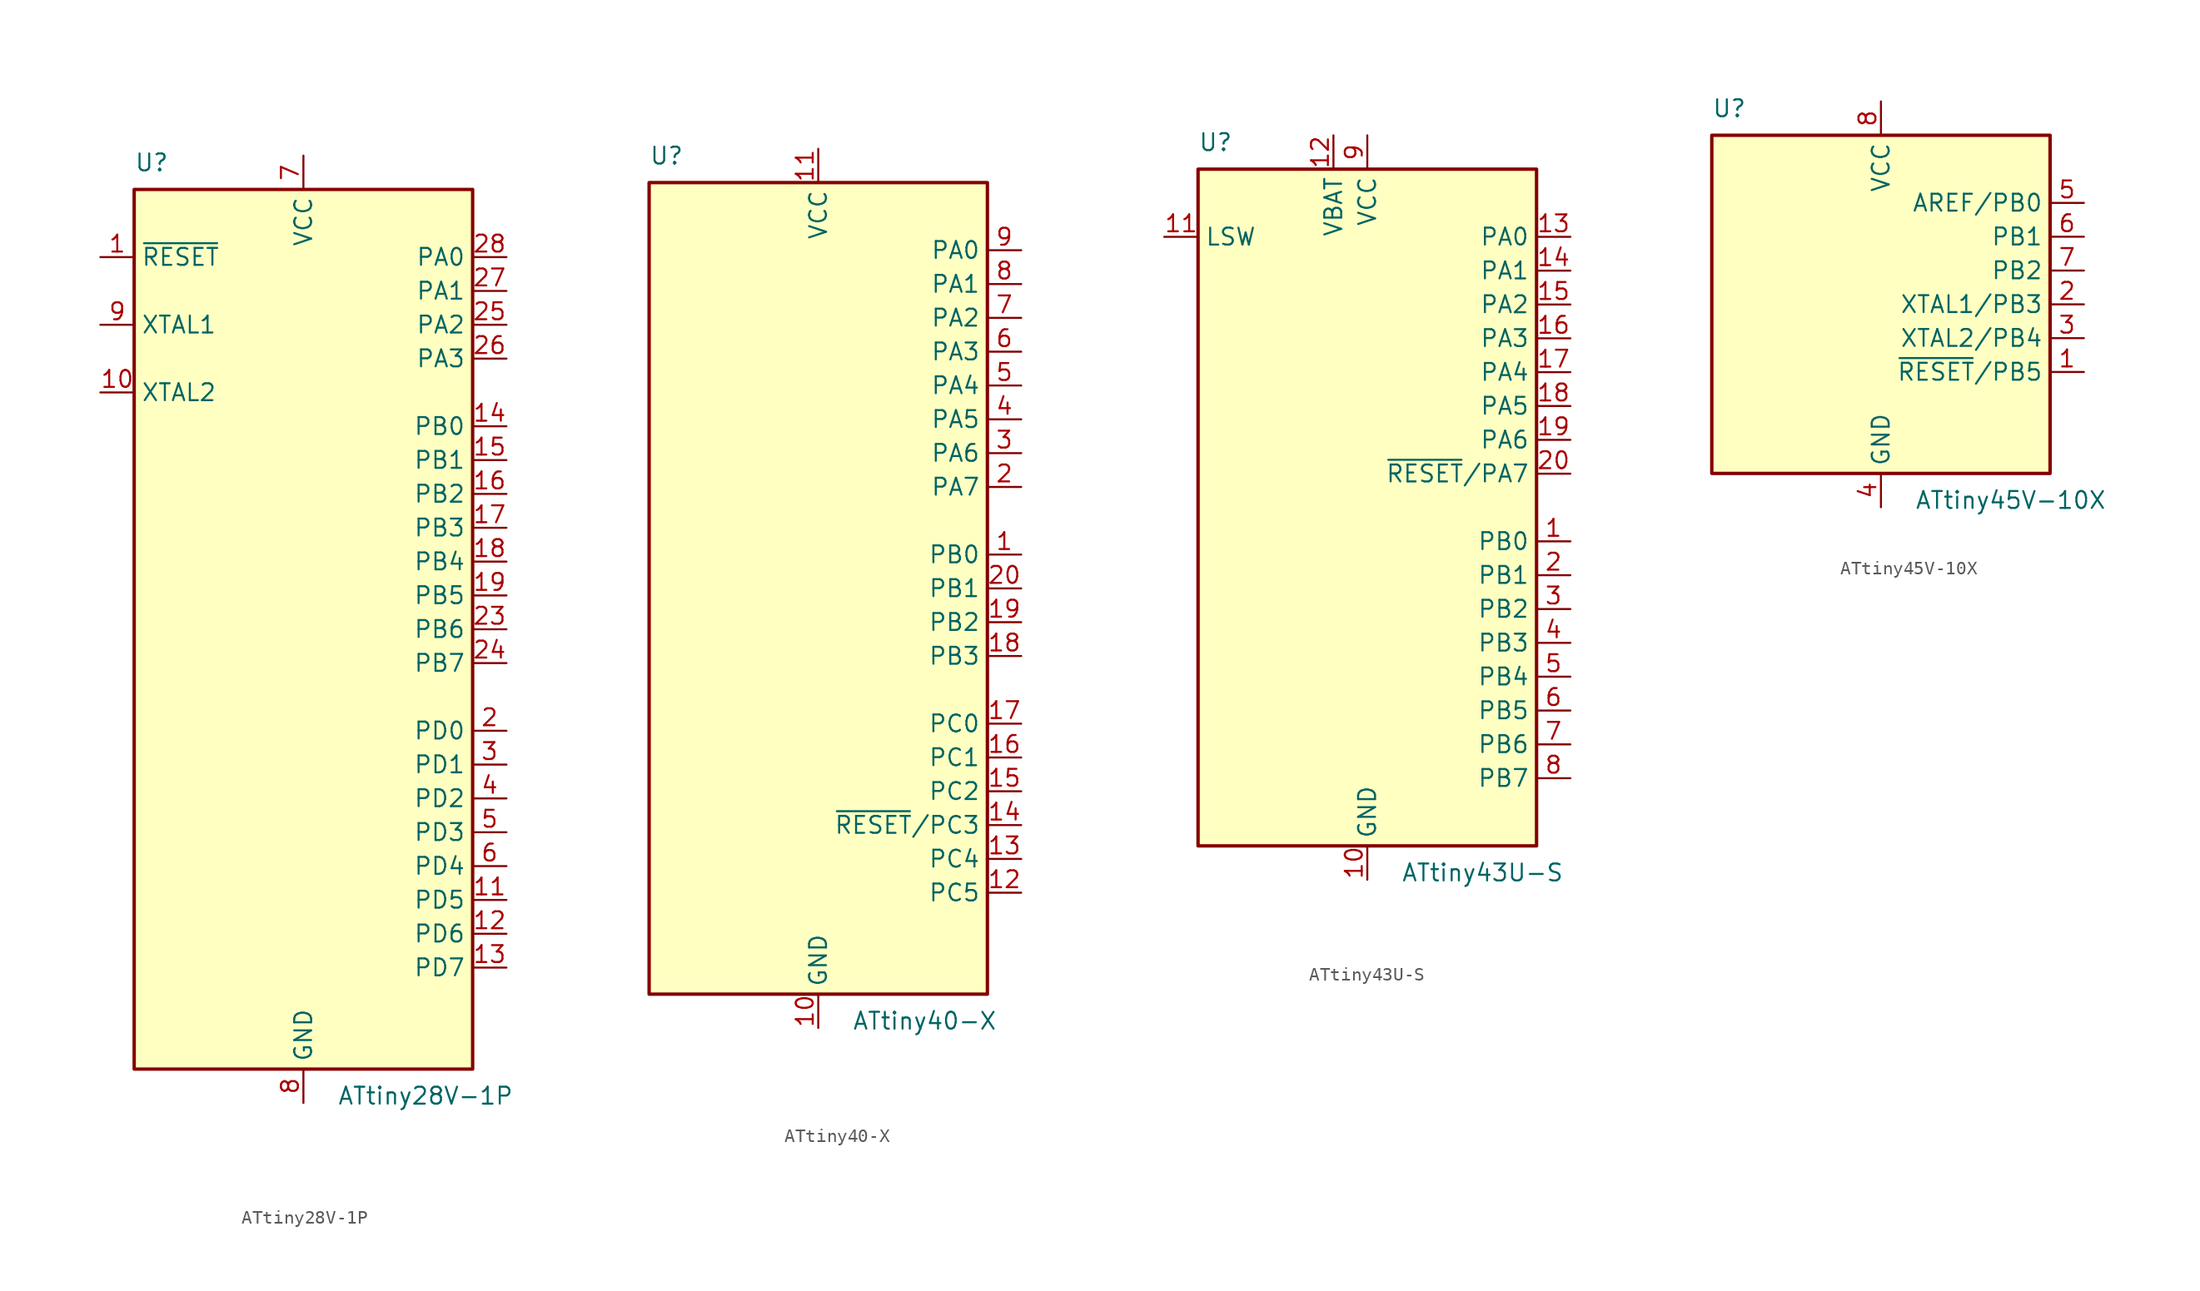
<source format=kicad_sym>
(kicad_symbol_lib
  (version 20211014)
  (generator kicad_symbol_editor)
  (symbol "ATtiny28V-1P"
    (property "Reference" "U"
      (at -12.7 34.29 0)
      (effects (font (size 1.27 1.27)) (justify left bottom)))
    (property "Value" "ATtiny28V-1P"
      (at 2.54 -34.29 0)
      (effects (font (size 1.27 1.27)) (justify left top)))
    (symbol "ATtiny28V-1P_0_1"
      (rectangle (start -12.7 -33.02) (end 12.7 33.02) (stroke (width 0.254) (type default) (color 0 0 0 0)) (fill (type background))))
    (symbol "ATtiny28V-1P_1_1"
      (pin input line (at -15.24 27.94 0) (length 2.54) (name "~{RESET}" (effects (font (size 1.27 1.27)))) (number "1" (effects (font (size 1.27 1.27)))))
      (pin output line (at -15.24 17.78 0) (length 2.54) (name "XTAL2" (effects (font (size 1.27 1.27)))) (number "10" (effects (font (size 1.27 1.27)))))
      (pin bidirectional line (at 15.24 -20.32 180) (length 2.54) (name "PD5" (effects (font (size 1.27 1.27)))) (number "11" (effects (font (size 1.27 1.27)))))
      (pin bidirectional line (at 15.24 -22.86 180) (length 2.54) (name "PD6" (effects (font (size 1.27 1.27)))) (number "12" (effects (font (size 1.27 1.27)))))
      (pin bidirectional line (at 15.24 -25.4 180) (length 2.54) (name "PD7" (effects (font (size 1.27 1.27)))) (number "13" (effects (font (size 1.27 1.27)))))
      (pin bidirectional line (at 15.24 15.24 180) (length 2.54) (name "PB0" (effects (font (size 1.27 1.27)))) (number "14" (effects (font (size 1.27 1.27)))))
      (pin bidirectional line (at 15.24 12.7 180) (length 2.54) (name "PB1" (effects (font (size 1.27 1.27)))) (number "15" (effects (font (size 1.27 1.27)))))
      (pin bidirectional line (at 15.24 10.16 180) (length 2.54) (name "PB2" (effects (font (size 1.27 1.27)))) (number "16" (effects (font (size 1.27 1.27)))))
      (pin bidirectional line (at 15.24 7.62 180) (length 2.54) (name "PB3" (effects (font (size 1.27 1.27)))) (number "17" (effects (font (size 1.27 1.27)))))
      (pin bidirectional line (at 15.24 5.08 180) (length 2.54) (name "PB4" (effects (font (size 1.27 1.27)))) (number "18" (effects (font (size 1.27 1.27)))))
      (pin bidirectional line (at 15.24 2.54 180) (length 2.54) (name "PB5" (effects (font (size 1.27 1.27)))) (number "19" (effects (font (size 1.27 1.27)))))
      (pin bidirectional line (at 15.24 -7.62 180) (length 2.54) (name "PD0" (effects (font (size 1.27 1.27)))) (number "2" (effects (font (size 1.27 1.27)))))
      (pin passive line (at 0 35.56 270) (length 2.54) hide (name "VCC" (effects (font (size 1.27 1.27)))) (number "20" (effects (font (size 1.27 1.27)))))
      (pin no_connect line (at -12.7 -30.48 0) (length 2.54) hide (name "NC" (effects (font (size 1.27 1.27)))) (number "21" (effects (font (size 1.27 1.27)))))
      (pin passive line (at 0 -35.56 90) (length 2.54) hide (name "GND" (effects (font (size 1.27 1.27)))) (number "22" (effects (font (size 1.27 1.27)))))
      (pin bidirectional line (at 15.24 0 180) (length 2.54) (name "PB6" (effects (font (size 1.27 1.27)))) (number "23" (effects (font (size 1.27 1.27)))))
      (pin bidirectional line (at 15.24 -2.54 180) (length 2.54) (name "PB7" (effects (font (size 1.27 1.27)))) (number "24" (effects (font (size 1.27 1.27)))))
      (pin bidirectional line (at 15.24 22.86 180) (length 2.54) (name "PA2" (effects (font (size 1.27 1.27)))) (number "25" (effects (font (size 1.27 1.27)))))
      (pin bidirectional line (at 15.24 20.32 180) (length 2.54) (name "PA3" (effects (font (size 1.27 1.27)))) (number "26" (effects (font (size 1.27 1.27)))))
      (pin bidirectional line (at 15.24 25.4 180) (length 2.54) (name "PA1" (effects (font (size 1.27 1.27)))) (number "27" (effects (font (size 1.27 1.27)))))
      (pin bidirectional line (at 15.24 27.94 180) (length 2.54) (name "PA0" (effects (font (size 1.27 1.27)))) (number "28" (effects (font (size 1.27 1.27)))))
      (pin bidirectional line (at 15.24 -10.16 180) (length 2.54) (name "PD1" (effects (font (size 1.27 1.27)))) (number "3" (effects (font (size 1.27 1.27)))))
      (pin bidirectional line (at 15.24 -12.7 180) (length 2.54) (name "PD2" (effects (font (size 1.27 1.27)))) (number "4" (effects (font (size 1.27 1.27)))))
      (pin bidirectional line (at 15.24 -15.24 180) (length 2.54) (name "PD3" (effects (font (size 1.27 1.27)))) (number "5" (effects (font (size 1.27 1.27)))))
      (pin bidirectional line (at 15.24 -17.78 180) (length 2.54) (name "PD4" (effects (font (size 1.27 1.27)))) (number "6" (effects (font (size 1.27 1.27)))))
      (pin power_in line (at 0 35.56 270) (length 2.54) (name "VCC" (effects (font (size 1.27 1.27)))) (number "7" (effects (font (size 1.27 1.27)))))
      (pin power_in line (at 0 -35.56 90) (length 2.54) (name "GND" (effects (font (size 1.27 1.27)))) (number "8" (effects (font (size 1.27 1.27)))))
      (pin input line (at -15.24 22.86 0) (length 2.54) (name "XTAL1" (effects (font (size 1.27 1.27)))) (number "9" (effects (font (size 1.27 1.27)))))))
  (symbol "ATtiny40-X"
    (property "Reference" "U"
      (at -12.7 31.75 0)
      (effects (font (size 1.27 1.27)) (justify left bottom)))
    (property "Value" "ATtiny40-X"
      (at 2.54 -31.75 0)
      (effects (font (size 1.27 1.27)) (justify left top)))
    (symbol "ATtiny40-X_0_1"
      (rectangle (start -12.7 -30.48) (end 12.7 30.48) (stroke (width 0.254) (type default) (color 0 0 0 0)) (fill (type background))))
    (symbol "ATtiny40-X_1_1"
      (pin bidirectional line (at 15.24 2.54 180) (length 2.54) (name "PB0" (effects (font (size 1.27 1.27)))) (number "1" (effects (font (size 1.27 1.27)))))
      (pin power_in line (at 0 -33.02 90) (length 2.54) (name "GND" (effects (font (size 1.27 1.27)))) (number "10" (effects (font (size 1.27 1.27)))))
      (pin power_in line (at 0 33.02 270) (length 2.54) (name "VCC" (effects (font (size 1.27 1.27)))) (number "11" (effects (font (size 1.27 1.27)))))
      (pin bidirectional line (at 15.24 -22.86 180) (length 2.54) (name "PC5" (effects (font (size 1.27 1.27)))) (number "12" (effects (font (size 1.27 1.27)))))
      (pin bidirectional line (at 15.24 -20.32 180) (length 2.54) (name "PC4" (effects (font (size 1.27 1.27)))) (number "13" (effects (font (size 1.27 1.27)))))
      (pin bidirectional line (at 15.24 -17.78 180) (length 2.54) (name "~{RESET}/PC3" (effects (font (size 1.27 1.27)))) (number "14" (effects (font (size 1.27 1.27)))))
      (pin bidirectional line (at 15.24 -15.24 180) (length 2.54) (name "PC2" (effects (font (size 1.27 1.27)))) (number "15" (effects (font (size 1.27 1.27)))))
      (pin bidirectional line (at 15.24 -12.7 180) (length 2.54) (name "PC1" (effects (font (size 1.27 1.27)))) (number "16" (effects (font (size 1.27 1.27)))))
      (pin bidirectional line (at 15.24 -10.16 180) (length 2.54) (name "PC0" (effects (font (size 1.27 1.27)))) (number "17" (effects (font (size 1.27 1.27)))))
      (pin bidirectional line (at 15.24 -5.08 180) (length 2.54) (name "PB3" (effects (font (size 1.27 1.27)))) (number "18" (effects (font (size 1.27 1.27)))))
      (pin bidirectional line (at 15.24 -2.54 180) (length 2.54) (name "PB2" (effects (font (size 1.27 1.27)))) (number "19" (effects (font (size 1.27 1.27)))))
      (pin bidirectional line (at 15.24 7.62 180) (length 2.54) (name "PA7" (effects (font (size 1.27 1.27)))) (number "2" (effects (font (size 1.27 1.27)))))
      (pin bidirectional line (at 15.24 0 180) (length 2.54) (name "PB1" (effects (font (size 1.27 1.27)))) (number "20" (effects (font (size 1.27 1.27)))))
      (pin bidirectional line (at 15.24 10.16 180) (length 2.54) (name "PA6" (effects (font (size 1.27 1.27)))) (number "3" (effects (font (size 1.27 1.27)))))
      (pin bidirectional line (at 15.24 12.7 180) (length 2.54) (name "PA5" (effects (font (size 1.27 1.27)))) (number "4" (effects (font (size 1.27 1.27)))))
      (pin bidirectional line (at 15.24 15.24 180) (length 2.54) (name "PA4" (effects (font (size 1.27 1.27)))) (number "5" (effects (font (size 1.27 1.27)))))
      (pin bidirectional line (at 15.24 17.78 180) (length 2.54) (name "PA3" (effects (font (size 1.27 1.27)))) (number "6" (effects (font (size 1.27 1.27)))))
      (pin bidirectional line (at 15.24 20.32 180) (length 2.54) (name "PA2" (effects (font (size 1.27 1.27)))) (number "7" (effects (font (size 1.27 1.27)))))
      (pin bidirectional line (at 15.24 22.86 180) (length 2.54) (name "PA1" (effects (font (size 1.27 1.27)))) (number "8" (effects (font (size 1.27 1.27)))))
      (pin bidirectional line (at 15.24 25.4 180) (length 2.54) (name "PA0" (effects (font (size 1.27 1.27)))) (number "9" (effects (font (size 1.27 1.27)))))))
  (symbol "ATtiny43U-S"
    (property "Reference" "U"
      (at -12.7 26.67 0)
      (effects (font (size 1.27 1.27)) (justify left bottom)))
    (property "Value" "ATtiny43U-S"
      (at 2.54 -26.67 0)
      (effects (font (size 1.27 1.27)) (justify left top)))
    (symbol "ATtiny43U-S_0_1"
      (rectangle (start -12.7 -25.4) (end 12.7 25.4) (stroke (width 0.254) (type default) (color 0 0 0 0)) (fill (type background))))
    (symbol "ATtiny43U-S_1_1"
      (pin bidirectional line (at 15.24 -2.54 180) (length 2.54) (name "PB0" (effects (font (size 1.27 1.27)))) (number "1" (effects (font (size 1.27 1.27)))))
      (pin power_in line (at 0 -27.94 90) (length 2.54) (name "GND" (effects (font (size 1.27 1.27)))) (number "10" (effects (font (size 1.27 1.27)))))
      (pin passive line (at -15.24 20.32 0) (length 2.54) (name "LSW" (effects (font (size 1.27 1.27)))) (number "11" (effects (font (size 1.27 1.27)))))
      (pin power_in line (at -2.54 27.94 270) (length 2.54) (name "VBAT" (effects (font (size 1.27 1.27)))) (number "12" (effects (font (size 1.27 1.27)))))
      (pin bidirectional line (at 15.24 20.32 180) (length 2.54) (name "PA0" (effects (font (size 1.27 1.27)))) (number "13" (effects (font (size 1.27 1.27)))))
      (pin bidirectional line (at 15.24 17.78 180) (length 2.54) (name "PA1" (effects (font (size 1.27 1.27)))) (number "14" (effects (font (size 1.27 1.27)))))
      (pin bidirectional line (at 15.24 15.24 180) (length 2.54) (name "PA2" (effects (font (size 1.27 1.27)))) (number "15" (effects (font (size 1.27 1.27)))))
      (pin bidirectional line (at 15.24 12.7 180) (length 2.54) (name "PA3" (effects (font (size 1.27 1.27)))) (number "16" (effects (font (size 1.27 1.27)))))
      (pin bidirectional line (at 15.24 10.16 180) (length 2.54) (name "PA4" (effects (font (size 1.27 1.27)))) (number "17" (effects (font (size 1.27 1.27)))))
      (pin bidirectional line (at 15.24 7.62 180) (length 2.54) (name "PA5" (effects (font (size 1.27 1.27)))) (number "18" (effects (font (size 1.27 1.27)))))
      (pin bidirectional line (at 15.24 5.08 180) (length 2.54) (name "PA6" (effects (font (size 1.27 1.27)))) (number "19" (effects (font (size 1.27 1.27)))))
      (pin bidirectional line (at 15.24 -5.08 180) (length 2.54) (name "PB1" (effects (font (size 1.27 1.27)))) (number "2" (effects (font (size 1.27 1.27)))))
      (pin bidirectional line (at 15.24 2.54 180) (length 2.54) (name "~{RESET}/PA7" (effects (font (size 1.27 1.27)))) (number "20" (effects (font (size 1.27 1.27)))))
      (pin bidirectional line (at 15.24 -7.62 180) (length 2.54) (name "PB2" (effects (font (size 1.27 1.27)))) (number "3" (effects (font (size 1.27 1.27)))))
      (pin bidirectional line (at 15.24 -10.16 180) (length 2.54) (name "PB3" (effects (font (size 1.27 1.27)))) (number "4" (effects (font (size 1.27 1.27)))))
      (pin bidirectional line (at 15.24 -12.7 180) (length 2.54) (name "PB4" (effects (font (size 1.27 1.27)))) (number "5" (effects (font (size 1.27 1.27)))))
      (pin bidirectional line (at 15.24 -15.24 180) (length 2.54) (name "PB5" (effects (font (size 1.27 1.27)))) (number "6" (effects (font (size 1.27 1.27)))))
      (pin bidirectional line (at 15.24 -17.78 180) (length 2.54) (name "PB6" (effects (font (size 1.27 1.27)))) (number "7" (effects (font (size 1.27 1.27)))))
      (pin bidirectional line (at 15.24 -20.32 180) (length 2.54) (name "PB7" (effects (font (size 1.27 1.27)))) (number "8" (effects (font (size 1.27 1.27)))))
      (pin power_in line (at 0 27.94 270) (length 2.54) (name "VCC" (effects (font (size 1.27 1.27)))) (number "9" (effects (font (size 1.27 1.27)))))))
  (symbol "ATtiny45V-10X"
    (property "Reference" "U"
      (at -12.7 13.97 0)
      (effects (font (size 1.27 1.27)) (justify left bottom)))
    (property "Value" "ATtiny45V-10X"
      (at 2.54 -13.97 0)
      (effects (font (size 1.27 1.27)) (justify left top)))
    (symbol "ATtiny45V-10X_0_1"
      (rectangle (start -12.7 -12.7) (end 12.7 12.7) (stroke (width 0.254) (type default) (color 0 0 0 0)) (fill (type background))))
    (symbol "ATtiny45V-10X_1_1"
      (pin bidirectional line (at 15.24 -5.08 180) (length 2.54) (name "~{RESET}/PB5" (effects (font (size 1.27 1.27)))) (number "1" (effects (font (size 1.27 1.27)))))
      (pin bidirectional line (at 15.24 0 180) (length 2.54) (name "XTAL1/PB3" (effects (font (size 1.27 1.27)))) (number "2" (effects (font (size 1.27 1.27)))))
      (pin bidirectional line (at 15.24 -2.54 180) (length 2.54) (name "XTAL2/PB4" (effects (font (size 1.27 1.27)))) (number "3" (effects (font (size 1.27 1.27)))))
      (pin power_in line (at 0 -15.24 90) (length 2.54) (name "GND" (effects (font (size 1.27 1.27)))) (number "4" (effects (font (size 1.27 1.27)))))
      (pin bidirectional line (at 15.24 7.62 180) (length 2.54) (name "AREF/PB0" (effects (font (size 1.27 1.27)))) (number "5" (effects (font (size 1.27 1.27)))))
      (pin bidirectional line (at 15.24 5.08 180) (length 2.54) (name "PB1" (effects (font (size 1.27 1.27)))) (number "6" (effects (font (size 1.27 1.27)))))
      (pin bidirectional line (at 15.24 2.54 180) (length 2.54) (name "PB2" (effects (font (size 1.27 1.27)))) (number "7" (effects (font (size 1.27 1.27)))))
      (pin power_in line (at 0 15.24 270) (length 2.54) (name "VCC" (effects (font (size 1.27 1.27)))) (number "8" (effects (font (size 1.27 1.27))))))))
</source>
